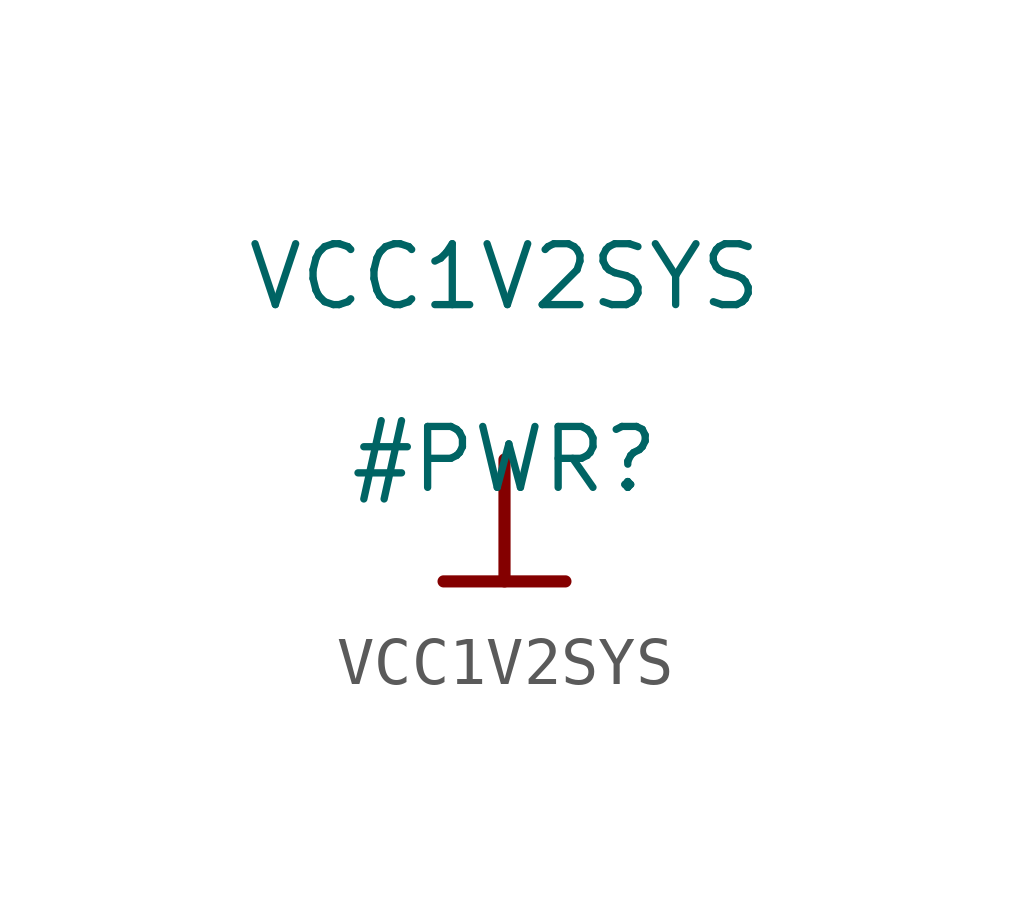
<source format=kicad_sym>
(kicad_symbol_lib
  (version 20211014)
  (generator kicad_symbol_editor)
  (symbol "VCC1V2SYS"
    (power)
    (property "Reference" "#PWR"
      (at 0 0 0)
      (effects (font (size 1.27 1.27))))
    (property "Value" "VCC1V2SYS"
      (at 0 3.81 0)
      (effects (font (size 1.27 1.27))))
    (symbol "VCC1V2SYS_0_0"
      (polyline (pts (xy -1.27 -2.54) (xy 1.27 -2.54)) (stroke (width 0.254) (type default) (color 0 0 0 0)) (fill (type none)))
      (polyline (pts (xy 0 0) (xy 0 -2.54)) (stroke (width 0.254) (type default) (color 0 0 0 0)) (fill (type none)))
      (pin power_in line (at 0 0 0) (length 0) hide (name "VCC1V2SYS" (effects (font (size 1.27 1.27)))) (number "" (effects (font (size 1.27 1.27))))))))
</source>
